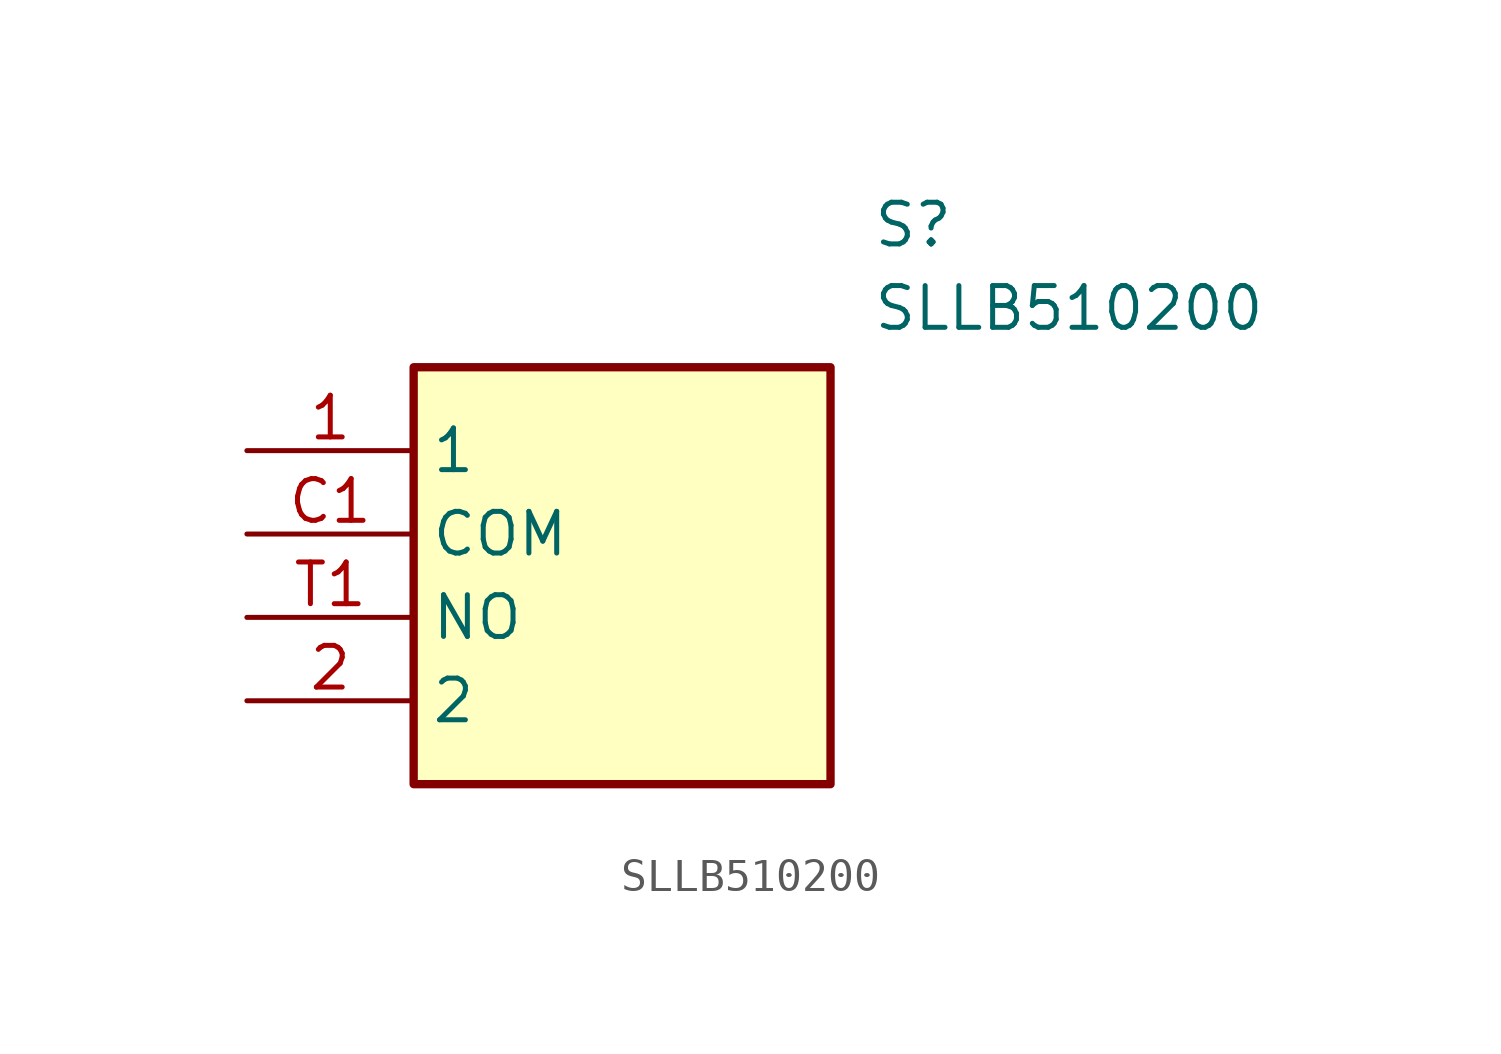
<source format=kicad_sym>
(kicad_symbol_lib
  (version 20211014)
  (generator SamacSys_ECAD_Model)
  (symbol "SLLB510200"
    (property "Reference" "S"
      (at 19.05 7.62 0)
      (effects (font (size 1.27 1.27)) (justify left top)))
    (property "Value" "SLLB510200"
      (at 19.05 5.08 0)
      (effects (font (size 1.27 1.27)) (justify left top)))
    (rectangle
      (start 5.08 2.54)
      (end 17.78 -10.16)
      (stroke (width 0.254) (type default))
      (fill (type background)))
    (pin passive line
      (at 0 0 0)
      (length 5.08)
      (name "1" (effects (font (size 1.27 1.27))))
      (number "1" (effects (font (size 1.27 1.27)))))
    (pin passive line
      (at 0 -7.62 0)
      (length 5.08)
      (name "2" (effects (font (size 1.27 1.27))))
      (number "2" (effects (font (size 1.27 1.27)))))
    (pin passive line
      (at 0 -2.54 0)
      (length 5.08)
      (name "COM" (effects (font (size 1.27 1.27))))
      (number "C1" (effects (font (size 1.27 1.27)))))
    (pin passive line
      (at 0 -5.08 0)
      (length 5.08)
      (name "NO" (effects (font (size 1.27 1.27))))
      (number "T1" (effects (font (size 1.27 1.27)))))))
</source>
